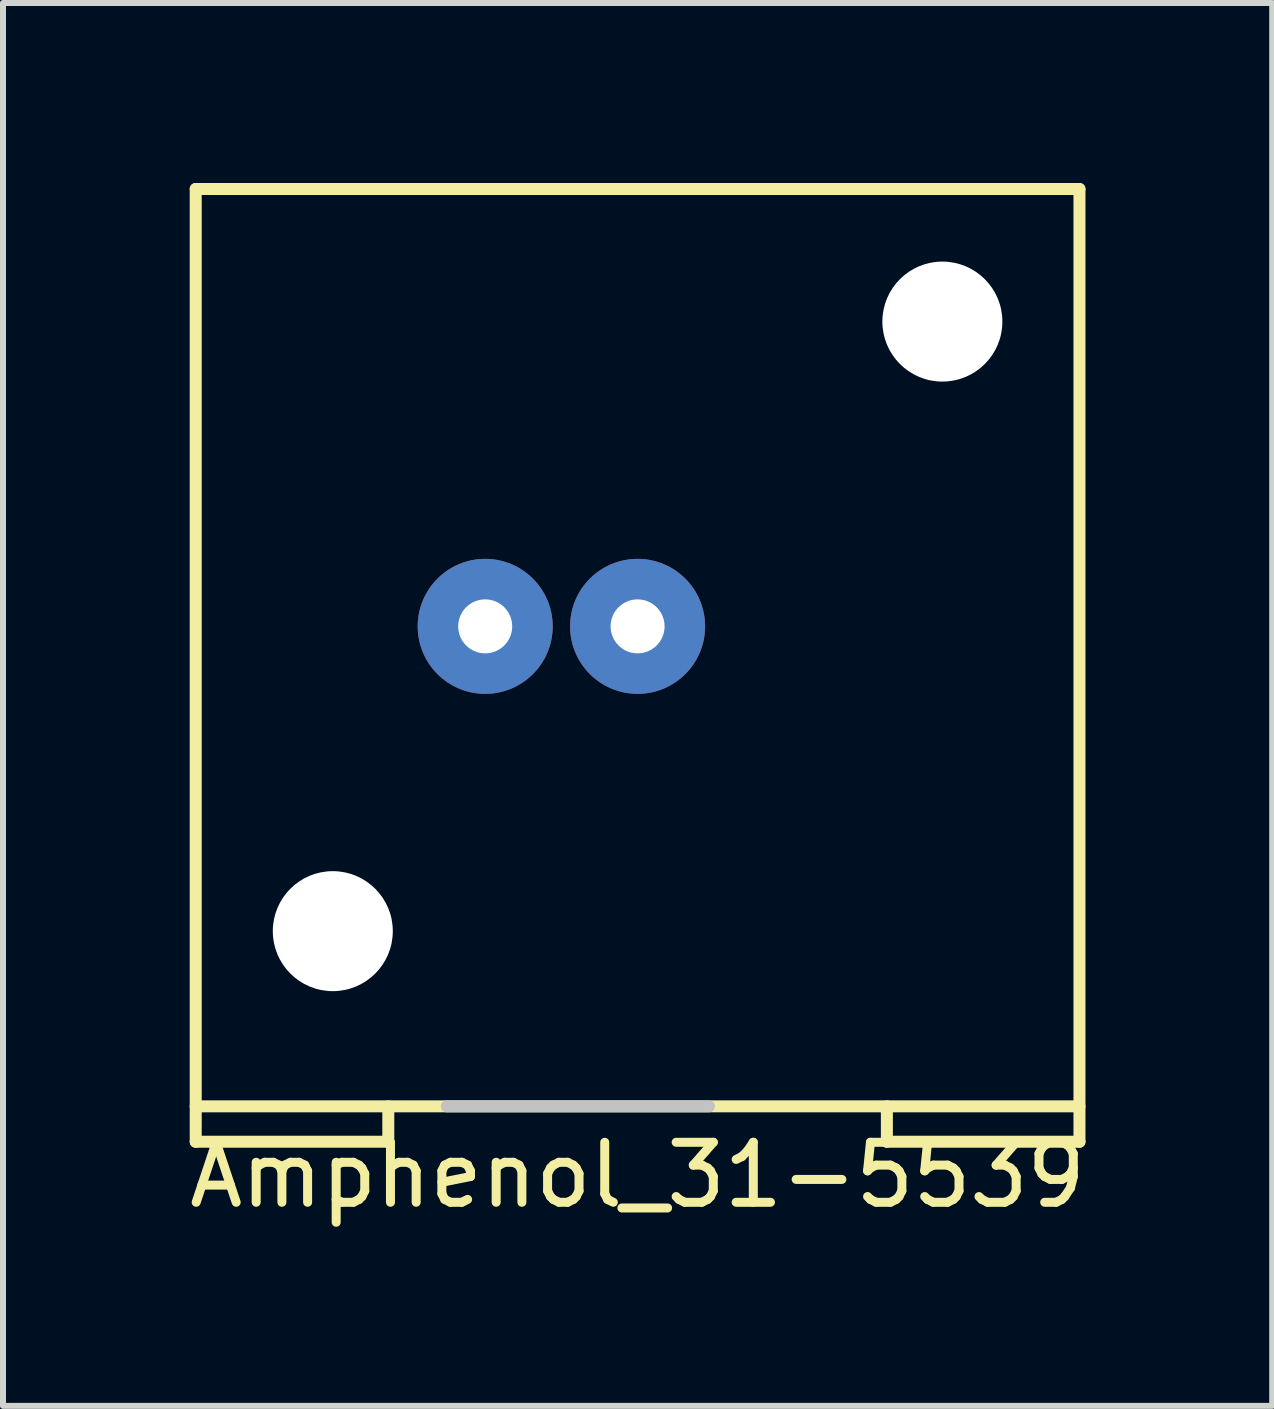
<source format=kicad_pcb>
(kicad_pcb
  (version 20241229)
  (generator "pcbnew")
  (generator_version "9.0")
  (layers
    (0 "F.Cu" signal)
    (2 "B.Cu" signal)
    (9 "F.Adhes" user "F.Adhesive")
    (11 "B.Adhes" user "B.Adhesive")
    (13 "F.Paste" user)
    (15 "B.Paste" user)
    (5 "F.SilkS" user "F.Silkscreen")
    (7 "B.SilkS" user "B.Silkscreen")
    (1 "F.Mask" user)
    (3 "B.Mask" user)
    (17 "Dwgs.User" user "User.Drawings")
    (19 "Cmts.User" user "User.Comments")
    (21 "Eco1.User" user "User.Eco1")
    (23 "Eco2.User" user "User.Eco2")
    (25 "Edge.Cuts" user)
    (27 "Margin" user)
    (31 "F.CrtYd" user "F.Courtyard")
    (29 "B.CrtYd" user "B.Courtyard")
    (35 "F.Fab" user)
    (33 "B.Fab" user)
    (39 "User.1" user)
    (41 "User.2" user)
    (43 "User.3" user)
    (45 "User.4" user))
  (footprint "Amphenol_31-5539"
    (layer "F.Cu")
    (at 7.577 7.39)
    (property "Reference" "Amphenol_31-5539" (at 0 9.144 0) (layer "F.SilkS") (effects (font (size 1 1) (thickness 0.15))))
    (attr through_hole)
    (fp_line (start -7.365 -7.29) (end 7.365 -7.29) (stroke (width 0.2) (type solid)) (layer "F.SilkS"))
    (fp_line (start -7.365 8.59) (end -7.365 -7.29) (stroke (width 0.2) (type solid)) (layer "F.SilkS"))
    (fp_line (start -4.155 8.59) (end -7.365 8.59) (stroke (width 0.2) (type solid)) (layer "F.SilkS"))
    (fp_line (start -4.155 8.59) (end -4.155 8) (stroke (width 0.2) (type solid)) (layer "F.SilkS"))
    (fp_line (start 4.155 8.59) (end 4.155 8) (stroke (width 0.2) (type solid)) (layer "F.SilkS"))
    (fp_line (start 7.365 -7.29) (end 7.365 8.59) (stroke (width 0.2) (type solid)) (layer "F.SilkS"))
    (fp_line (start 7.365 8) (end -7.365 8) (stroke (width 0.2) (type solid)) (layer "F.SilkS"))
    (fp_line (start 7.365 8.59) (end 4.155 8.59) (stroke (width 0.2) (type solid)) (layer "F.SilkS"))
    (fp_line (start 1.19 8) (end -3.18 8) (stroke (width 0.2) (type solid)) (layer "Dwgs.User"))
    (pad "" np_thru_hole circle (at -5.08 5.08) (size 2 2) (drill 2) (layers "*.Cu" "*.Mask"))
    (pad "" np_thru_hole circle (at 5.08 -5.08) (size 2 2) (drill 2) (layers "*.Cu" "*.Mask"))
    (pad "1" thru_hole circle (at 0 0) (size 2.25 2.25) (drill 0.9) (layers "*.Cu" "*.Mask"))
    (pad "2" thru_hole circle (at -2.54 0) (size 2.25 2.25) (drill 0.9) (layers "*.Cu" "*.Mask")))
  (gr_rect
    (start -3 -3)
    (end 18.155 20.382)
    (stroke (width 0.1) (type default))
    (fill no)
    (layer "Edge.Cuts")))
</source>
